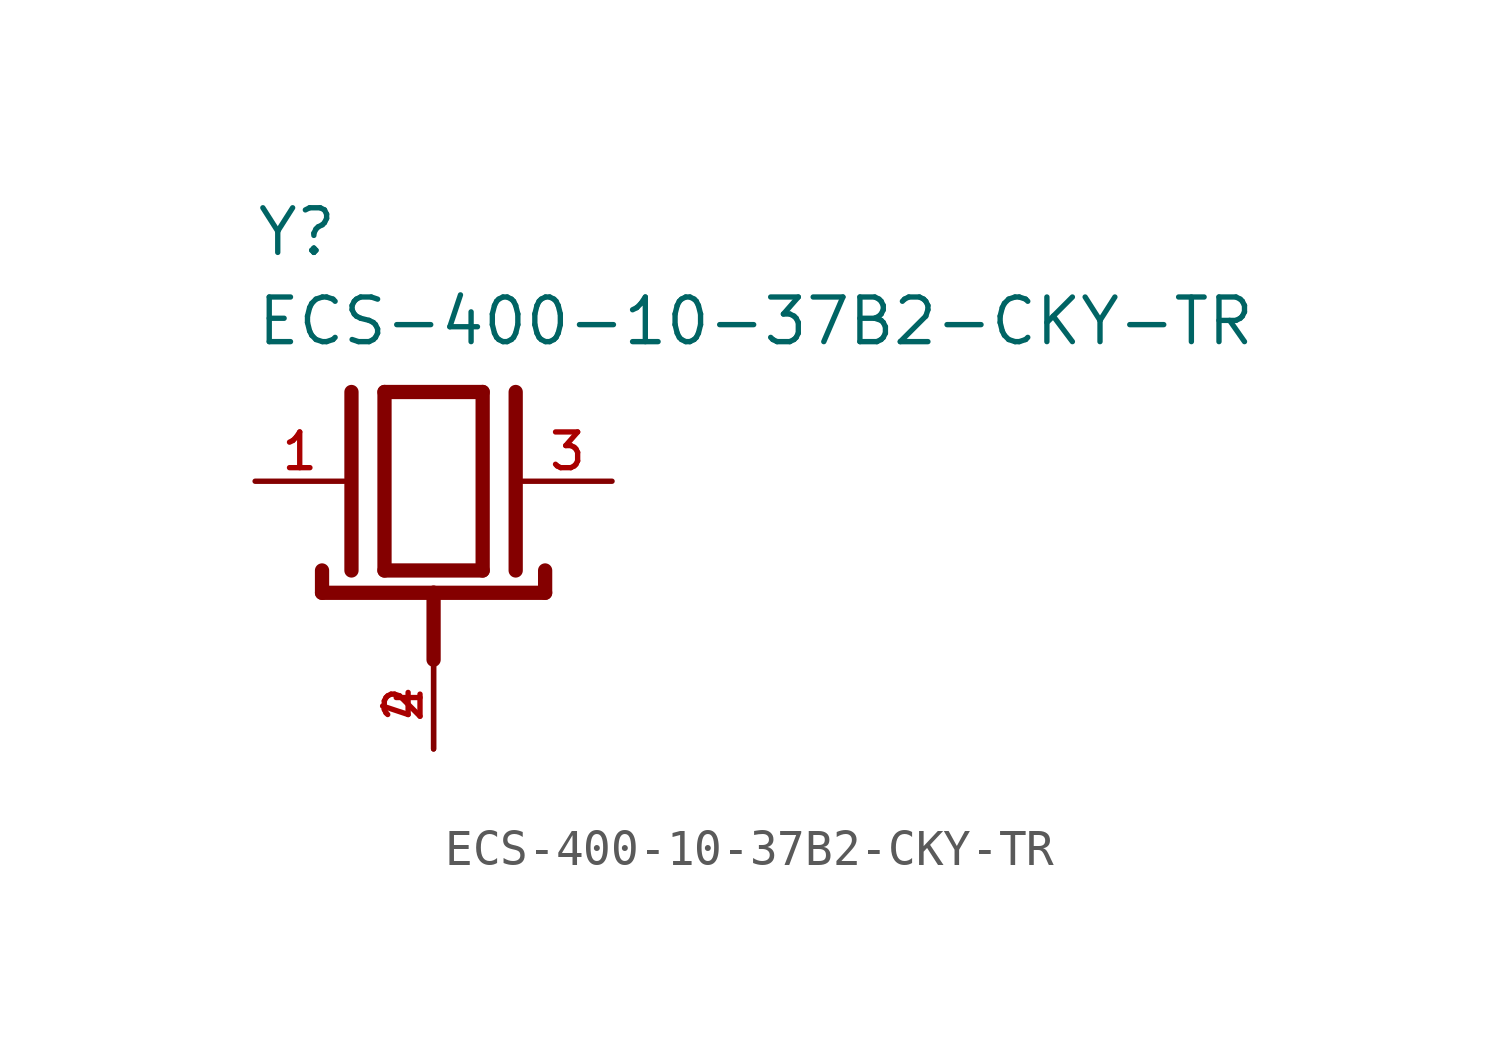
<source format=kicad_sym>
(kicad_symbol_lib
  (version 20211014)
  (generator kicad_symbol_editor)
  (symbol "ECS-400-10-37B2-CKY-TR"
    (pin_names
      (offset 1.016))
    (property "Reference" "Y"
      (at -5.08 6.35 0)
      (effects (font (size 1.27 1.27)) (justify bottom left)))
    (property "Value" "ECS-400-10-37B2-CKY-TR"
      (at -5.08 3.81 0)
      (effects (font (size 1.27 1.27)) (justify bottom left)))
    (symbol "ECS-400-10-37B2-CKY-TR_0_0"
      (polyline (pts (xy -1.397 2.54) (xy 1.397 2.54)) (stroke (width 0.406)))
      (polyline (pts (xy 1.397 2.54) (xy 1.397 -2.54)) (stroke (width 0.406)))
      (polyline (pts (xy 1.397 -2.54) (xy -1.397 -2.54)) (stroke (width 0.406)))
      (polyline (pts (xy -1.397 2.54) (xy -1.397 -2.54)) (stroke (width 0.406)))
      (polyline (pts (xy 2.337 2.54) (xy 2.337 -2.54)) (stroke (width 0.406)))
      (polyline (pts (xy -2.337 2.54) (xy -2.337 -2.54)) (stroke (width 0.406)))
      (polyline (pts (xy -3.175 -2.54) (xy -3.175 -3.175)) (stroke (width 0.406)))
      (polyline (pts (xy -3.175 -3.175) (xy 0.0 -3.175)) (stroke (width 0.406)))
      (polyline (pts (xy 0.0 -3.175) (xy 3.175 -3.175)) (stroke (width 0.406)))
      (polyline (pts (xy 3.175 -3.175) (xy 3.175 -2.54)) (stroke (width 0.406)))
      (polyline (pts (xy 0.0 -5.08) (xy 0.0 -3.175)) (stroke (width 0.406)))
      (pin passive line (at 5.08 0.0 180.0) (length 2.54) (name "~" (effects (font (size 1.016 1.016)))) (number "3" (effects (font (size 1.016 1.016)))))
      (pin passive line (at -5.08 0.0 0) (length 2.54) (name "~" (effects (font (size 1.016 1.016)))) (number "1" (effects (font (size 1.016 1.016)))))
      (pin power_in line (at 0.0 -7.62 90.0) (length 2.54) (name "~" (effects (font (size 1.016 1.016)))) (number "2" (effects (font (size 1.016 1.016)))))
      (pin power_in line (at 0.0 -7.62 90.0) (length 2.54) (name "~" (effects (font (size 1.016 1.016)))) (number "4" (effects (font (size 1.016 1.016))))))))
</source>
